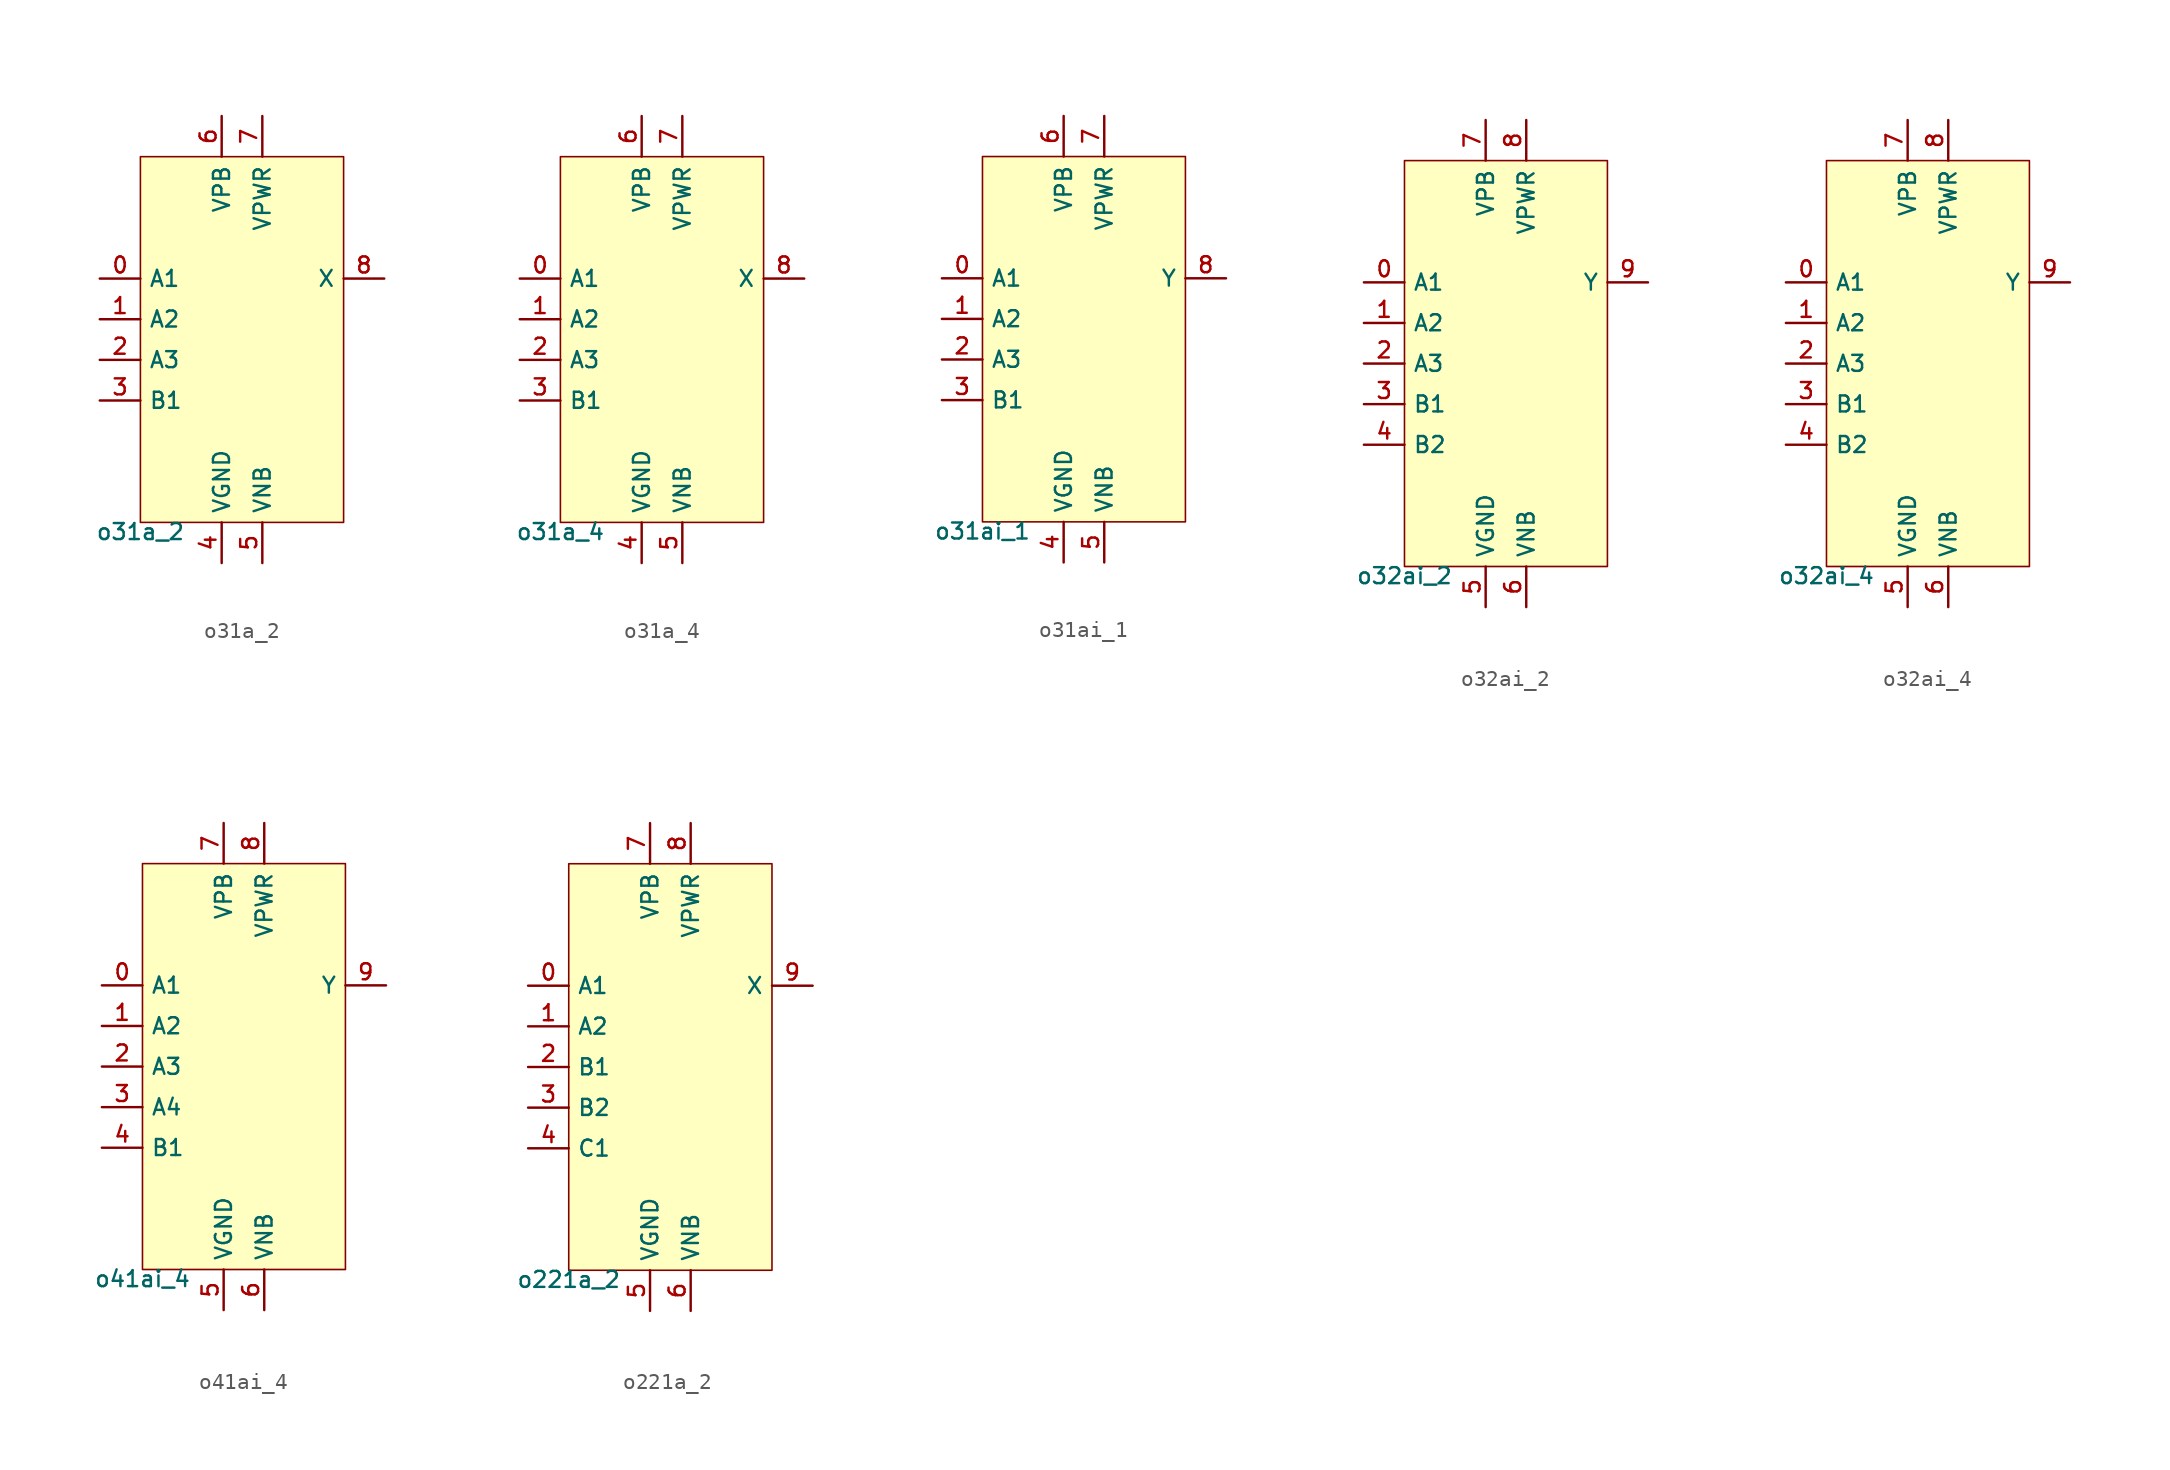
<source format=kicad_sym>
(kicad_symbol_lib
  (version 20211014)
  (generator pdk2kicad)
  (symbol "o31a_2"
    (property "Reference" "X"
      (at 0 0 0)
      (effects (font (size 1 1)) hide))
    (property "Value" "o31a_2"
      (at -6.35 -11.43 0)
      (effects (font (size 1 1)) (justify top)))
    (rectangle
      (start -6.35 -11.43)
      (end 6.35 11.43)
      (stroke (width 0.1) (type solid) (color 0 0 0 0))
      (fill (type background)))
    (pin input line
      (at -8.89 3.81 0)
      (length 2.54)
      (name "A1" (effects (font (size 1 1)) hide))
      (number "0" (effects (font (size 1 1)) hide)))
    (pin input line
      (at -8.89 1.27 0)
      (length 2.54)
      (name "A2" (effects (font (size 1 1)) hide))
      (number "1" (effects (font (size 1 1)) hide)))
    (pin input line
      (at -8.89 -1.27 0)
      (length 2.54)
      (name "A3" (effects (font (size 1 1)) hide))
      (number "2" (effects (font (size 1 1)) hide)))
    (pin input line
      (at -8.89 -3.81 0)
      (length 2.54)
      (name "B1" (effects (font (size 1 1)) hide))
      (number "3" (effects (font (size 1 1)) hide)))
    (pin power_in line
      (at -1.27 -13.97 90)
      (length 2.54)
      (name "VGND" (effects (font (size 1 1)) hide))
      (number "4" (effects (font (size 1 1)) hide)))
    (pin power_in line
      (at 1.27 -13.97 90)
      (length 2.54)
      (name "VNB" (effects (font (size 1 1)) hide))
      (number "5" (effects (font (size 1 1)) hide)))
    (pin power_in line
      (at -1.27 13.97 270)
      (length 2.54)
      (name "VPB" (effects (font (size 1 1)) hide))
      (number "6" (effects (font (size 1 1)) hide)))
    (pin power_in line
      (at 1.27 13.97 270)
      (length 2.54)
      (name "VPWR" (effects (font (size 1 1)) hide))
      (number "7" (effects (font (size 1 1)) hide)))
    (pin output line
      (at 8.89 3.81 180)
      (length 2.54)
      (name "X" (effects (font (size 1 1)) hide))
      (number "8" (effects (font (size 1 1)) hide))))
  (symbol "o31a_4"
    (property "Reference" "X"
      (at 0 0 0)
      (effects (font (size 1 1)) hide))
    (property "Value" "o31a_4"
      (at -6.35 -11.43 0)
      (effects (font (size 1 1)) (justify top)))
    (rectangle
      (start -6.35 -11.43)
      (end 6.35 11.43)
      (stroke (width 0.1) (type solid) (color 0 0 0 0))
      (fill (type background)))
    (pin input line
      (at -8.89 3.81 0)
      (length 2.54)
      (name "A1" (effects (font (size 1 1)) hide))
      (number "0" (effects (font (size 1 1)) hide)))
    (pin input line
      (at -8.89 1.27 0)
      (length 2.54)
      (name "A2" (effects (font (size 1 1)) hide))
      (number "1" (effects (font (size 1 1)) hide)))
    (pin input line
      (at -8.89 -1.27 0)
      (length 2.54)
      (name "A3" (effects (font (size 1 1)) hide))
      (number "2" (effects (font (size 1 1)) hide)))
    (pin input line
      (at -8.89 -3.81 0)
      (length 2.54)
      (name "B1" (effects (font (size 1 1)) hide))
      (number "3" (effects (font (size 1 1)) hide)))
    (pin power_in line
      (at -1.27 -13.97 90)
      (length 2.54)
      (name "VGND" (effects (font (size 1 1)) hide))
      (number "4" (effects (font (size 1 1)) hide)))
    (pin power_in line
      (at 1.27 -13.97 90)
      (length 2.54)
      (name "VNB" (effects (font (size 1 1)) hide))
      (number "5" (effects (font (size 1 1)) hide)))
    (pin power_in line
      (at -1.27 13.97 270)
      (length 2.54)
      (name "VPB" (effects (font (size 1 1)) hide))
      (number "6" (effects (font (size 1 1)) hide)))
    (pin power_in line
      (at 1.27 13.97 270)
      (length 2.54)
      (name "VPWR" (effects (font (size 1 1)) hide))
      (number "7" (effects (font (size 1 1)) hide)))
    (pin output line
      (at 8.89 3.81 180)
      (length 2.54)
      (name "X" (effects (font (size 1 1)) hide))
      (number "8" (effects (font (size 1 1)) hide))))
  (symbol "o31ai_1"
    (property "Reference" "X"
      (at 0 0 0)
      (effects (font (size 1 1)) hide))
    (property "Value" "o31ai_1"
      (at -6.35 -11.43 0)
      (effects (font (size 1 1)) (justify top)))
    (rectangle
      (start -6.35 -11.43)
      (end 6.35 11.43)
      (stroke (width 0.1) (type solid) (color 0 0 0 0))
      (fill (type background)))
    (pin input line
      (at -8.89 3.81 0)
      (length 2.54)
      (name "A1" (effects (font (size 1 1)) hide))
      (number "0" (effects (font (size 1 1)) hide)))
    (pin input line
      (at -8.89 1.27 0)
      (length 2.54)
      (name "A2" (effects (font (size 1 1)) hide))
      (number "1" (effects (font (size 1 1)) hide)))
    (pin input line
      (at -8.89 -1.27 0)
      (length 2.54)
      (name "A3" (effects (font (size 1 1)) hide))
      (number "2" (effects (font (size 1 1)) hide)))
    (pin input line
      (at -8.89 -3.81 0)
      (length 2.54)
      (name "B1" (effects (font (size 1 1)) hide))
      (number "3" (effects (font (size 1 1)) hide)))
    (pin power_in line
      (at -1.27 -13.97 90)
      (length 2.54)
      (name "VGND" (effects (font (size 1 1)) hide))
      (number "4" (effects (font (size 1 1)) hide)))
    (pin power_in line
      (at 1.27 -13.97 90)
      (length 2.54)
      (name "VNB" (effects (font (size 1 1)) hide))
      (number "5" (effects (font (size 1 1)) hide)))
    (pin power_in line
      (at -1.27 13.97 270)
      (length 2.54)
      (name "VPB" (effects (font (size 1 1)) hide))
      (number "6" (effects (font (size 1 1)) hide)))
    (pin power_in line
      (at 1.27 13.97 270)
      (length 2.54)
      (name "VPWR" (effects (font (size 1 1)) hide))
      (number "7" (effects (font (size 1 1)) hide)))
    (pin output line
      (at 8.89 3.81 180)
      (length 2.54)
      (name "Y" (effects (font (size 1 1)) hide))
      (number "8" (effects (font (size 1 1)) hide))))
  (symbol "o32ai_2"
    (property "Reference" "X"
      (at 0 0 0)
      (effects (font (size 1 1)) hide))
    (property "Value" "o32ai_2"
      (at -6.35 -12.7 0)
      (effects (font (size 1 1)) (justify top)))
    (rectangle
      (start -6.35 -12.7)
      (end 6.35 12.7)
      (stroke (width 0.1) (type solid) (color 0 0 0 0))
      (fill (type background)))
    (pin input line
      (at -8.89 5.08 0)
      (length 2.54)
      (name "A1" (effects (font (size 1 1)) hide))
      (number "0" (effects (font (size 1 1)) hide)))
    (pin input line
      (at -8.89 2.54 0)
      (length 2.54)
      (name "A2" (effects (font (size 1 1)) hide))
      (number "1" (effects (font (size 1 1)) hide)))
    (pin input line
      (at -8.89 -8.881784197001252e-16 0)
      (length 2.54)
      (name "A3" (effects (font (size 1 1)) hide))
      (number "2" (effects (font (size 1 1)) hide)))
    (pin input line
      (at -8.89 -2.54 0)
      (length 2.54)
      (name "B1" (effects (font (size 1 1)) hide))
      (number "3" (effects (font (size 1 1)) hide)))
    (pin input line
      (at -8.89 -5.08 0)
      (length 2.54)
      (name "B2" (effects (font (size 1 1)) hide))
      (number "4" (effects (font (size 1 1)) hide)))
    (pin power_in line
      (at -1.27 -15.24 90)
      (length 2.54)
      (name "VGND" (effects (font (size 1 1)) hide))
      (number "5" (effects (font (size 1 1)) hide)))
    (pin power_in line
      (at 1.27 -15.24 90)
      (length 2.54)
      (name "VNB" (effects (font (size 1 1)) hide))
      (number "6" (effects (font (size 1 1)) hide)))
    (pin power_in line
      (at -1.27 15.24 270)
      (length 2.54)
      (name "VPB" (effects (font (size 1 1)) hide))
      (number "7" (effects (font (size 1 1)) hide)))
    (pin power_in line
      (at 1.27 15.24 270)
      (length 2.54)
      (name "VPWR" (effects (font (size 1 1)) hide))
      (number "8" (effects (font (size 1 1)) hide)))
    (pin output line
      (at 8.89 5.08 180)
      (length 2.54)
      (name "Y" (effects (font (size 1 1)) hide))
      (number "9" (effects (font (size 1 1)) hide))))
  (symbol "o32ai_4"
    (property "Reference" "X"
      (at 0 0 0)
      (effects (font (size 1 1)) hide))
    (property "Value" "o32ai_4"
      (at -6.35 -12.7 0)
      (effects (font (size 1 1)) (justify top)))
    (rectangle
      (start -6.35 -12.7)
      (end 6.35 12.7)
      (stroke (width 0.1) (type solid) (color 0 0 0 0))
      (fill (type background)))
    (pin input line
      (at -8.89 5.08 0)
      (length 2.54)
      (name "A1" (effects (font (size 1 1)) hide))
      (number "0" (effects (font (size 1 1)) hide)))
    (pin input line
      (at -8.89 2.54 0)
      (length 2.54)
      (name "A2" (effects (font (size 1 1)) hide))
      (number "1" (effects (font (size 1 1)) hide)))
    (pin input line
      (at -8.89 -8.881784197001252e-16 0)
      (length 2.54)
      (name "A3" (effects (font (size 1 1)) hide))
      (number "2" (effects (font (size 1 1)) hide)))
    (pin input line
      (at -8.89 -2.54 0)
      (length 2.54)
      (name "B1" (effects (font (size 1 1)) hide))
      (number "3" (effects (font (size 1 1)) hide)))
    (pin input line
      (at -8.89 -5.08 0)
      (length 2.54)
      (name "B2" (effects (font (size 1 1)) hide))
      (number "4" (effects (font (size 1 1)) hide)))
    (pin power_in line
      (at -1.27 -15.24 90)
      (length 2.54)
      (name "VGND" (effects (font (size 1 1)) hide))
      (number "5" (effects (font (size 1 1)) hide)))
    (pin power_in line
      (at 1.27 -15.24 90)
      (length 2.54)
      (name "VNB" (effects (font (size 1 1)) hide))
      (number "6" (effects (font (size 1 1)) hide)))
    (pin power_in line
      (at -1.27 15.24 270)
      (length 2.54)
      (name "VPB" (effects (font (size 1 1)) hide))
      (number "7" (effects (font (size 1 1)) hide)))
    (pin power_in line
      (at 1.27 15.24 270)
      (length 2.54)
      (name "VPWR" (effects (font (size 1 1)) hide))
      (number "8" (effects (font (size 1 1)) hide)))
    (pin output line
      (at 8.89 5.08 180)
      (length 2.54)
      (name "Y" (effects (font (size 1 1)) hide))
      (number "9" (effects (font (size 1 1)) hide))))
  (symbol "o41ai_4"
    (property "Reference" "X"
      (at 0 0 0)
      (effects (font (size 1 1)) hide))
    (property "Value" "o41ai_4"
      (at -6.35 -12.7 0)
      (effects (font (size 1 1)) (justify top)))
    (rectangle
      (start -6.35 -12.7)
      (end 6.35 12.7)
      (stroke (width 0.1) (type solid) (color 0 0 0 0))
      (fill (type background)))
    (pin input line
      (at -8.89 5.08 0)
      (length 2.54)
      (name "A1" (effects (font (size 1 1)) hide))
      (number "0" (effects (font (size 1 1)) hide)))
    (pin input line
      (at -8.89 2.54 0)
      (length 2.54)
      (name "A2" (effects (font (size 1 1)) hide))
      (number "1" (effects (font (size 1 1)) hide)))
    (pin input line
      (at -8.89 -8.881784197001252e-16 0)
      (length 2.54)
      (name "A3" (effects (font (size 1 1)) hide))
      (number "2" (effects (font (size 1 1)) hide)))
    (pin input line
      (at -8.89 -2.54 0)
      (length 2.54)
      (name "A4" (effects (font (size 1 1)) hide))
      (number "3" (effects (font (size 1 1)) hide)))
    (pin input line
      (at -8.89 -5.08 0)
      (length 2.54)
      (name "B1" (effects (font (size 1 1)) hide))
      (number "4" (effects (font (size 1 1)) hide)))
    (pin power_in line
      (at -1.27 -15.24 90)
      (length 2.54)
      (name "VGND" (effects (font (size 1 1)) hide))
      (number "5" (effects (font (size 1 1)) hide)))
    (pin power_in line
      (at 1.27 -15.24 90)
      (length 2.54)
      (name "VNB" (effects (font (size 1 1)) hide))
      (number "6" (effects (font (size 1 1)) hide)))
    (pin power_in line
      (at -1.27 15.24 270)
      (length 2.54)
      (name "VPB" (effects (font (size 1 1)) hide))
      (number "7" (effects (font (size 1 1)) hide)))
    (pin power_in line
      (at 1.27 15.24 270)
      (length 2.54)
      (name "VPWR" (effects (font (size 1 1)) hide))
      (number "8" (effects (font (size 1 1)) hide)))
    (pin output line
      (at 8.89 5.08 180)
      (length 2.54)
      (name "Y" (effects (font (size 1 1)) hide))
      (number "9" (effects (font (size 1 1)) hide))))
  (symbol "o221a_2"
    (property "Reference" "X"
      (at 0 0 0)
      (effects (font (size 1 1)) hide))
    (property "Value" "o221a_2"
      (at -6.35 -12.7 0)
      (effects (font (size 1 1)) (justify top)))
    (rectangle
      (start -6.35 -12.7)
      (end 6.35 12.7)
      (stroke (width 0.1) (type solid) (color 0 0 0 0))
      (fill (type background)))
    (pin input line
      (at -8.89 5.08 0)
      (length 2.54)
      (name "A1" (effects (font (size 1 1)) hide))
      (number "0" (effects (font (size 1 1)) hide)))
    (pin input line
      (at -8.89 2.54 0)
      (length 2.54)
      (name "A2" (effects (font (size 1 1)) hide))
      (number "1" (effects (font (size 1 1)) hide)))
    (pin input line
      (at -8.89 -8.881784197001252e-16 0)
      (length 2.54)
      (name "B1" (effects (font (size 1 1)) hide))
      (number "2" (effects (font (size 1 1)) hide)))
    (pin input line
      (at -8.89 -2.54 0)
      (length 2.54)
      (name "B2" (effects (font (size 1 1)) hide))
      (number "3" (effects (font (size 1 1)) hide)))
    (pin input line
      (at -8.89 -5.08 0)
      (length 2.54)
      (name "C1" (effects (font (size 1 1)) hide))
      (number "4" (effects (font (size 1 1)) hide)))
    (pin power_in line
      (at -1.27 -15.24 90)
      (length 2.54)
      (name "VGND" (effects (font (size 1 1)) hide))
      (number "5" (effects (font (size 1 1)) hide)))
    (pin power_in line
      (at 1.27 -15.24 90)
      (length 2.54)
      (name "VNB" (effects (font (size 1 1)) hide))
      (number "6" (effects (font (size 1 1)) hide)))
    (pin power_in line
      (at -1.27 15.24 270)
      (length 2.54)
      (name "VPB" (effects (font (size 1 1)) hide))
      (number "7" (effects (font (size 1 1)) hide)))
    (pin power_in line
      (at 1.27 15.24 270)
      (length 2.54)
      (name "VPWR" (effects (font (size 1 1)) hide))
      (number "8" (effects (font (size 1 1)) hide)))
    (pin output line
      (at 8.89 5.08 180)
      (length 2.54)
      (name "X" (effects (font (size 1 1)) hide))
      (number "9" (effects (font (size 1 1)) hide)))))
</source>
